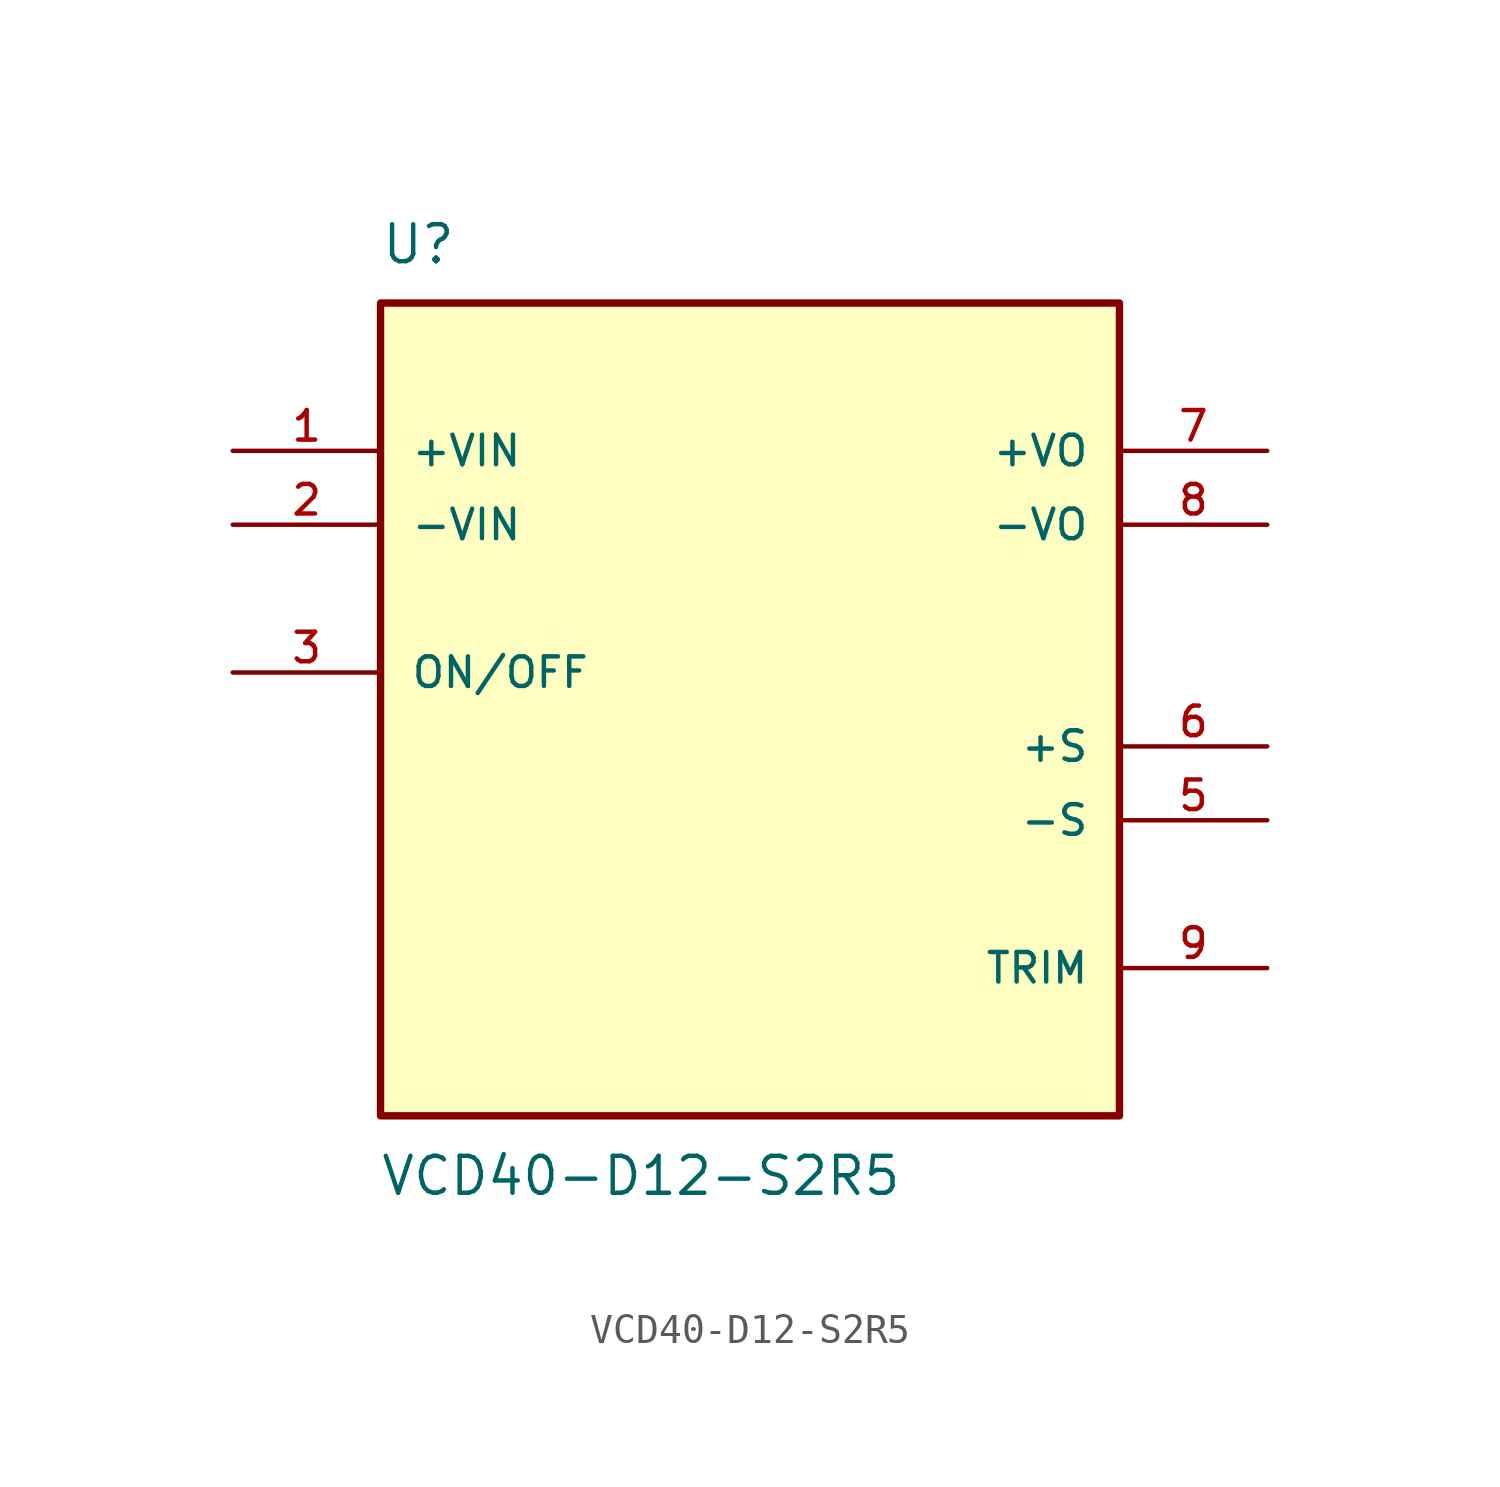
<source format=kicad_sym>
(kicad_symbol_lib
  (version 20211014)
  (generator kicad_symbol_editor)
  (symbol "VCD40-D12-S2R5"
    (pin_names
      (offset 1.016))
    (property "Reference" "U"
      (at -12.706 13.976 0)
      (effects (font (size 1.27 1.27)) (justify bottom left)))
    (property "Value" "VCD40-D12-S2R5"
      (at -12.74 -16.561 0.0)
      (effects (font (size 1.27 1.27)) (justify top left)))
    (symbol "VCD40-D12-S2R5_0_0"
      (rectangle (start -12.7 -15.24) (end 12.7 12.7) (stroke (width 0.254)) (fill (type background)))
      (pin input line (at -17.78 7.62 0) (length 5.08) (name "+VIN" (effects (font (size 1.016 1.016)))) (number "1" (effects (font (size 1.016 1.016)))))
      (pin input line (at -17.78 5.08 0) (length 5.08) (name "-VIN" (effects (font (size 1.016 1.016)))) (number "2" (effects (font (size 1.016 1.016)))))
      (pin output line (at 17.78 7.62 180.0) (length 5.08) (name "+VO" (effects (font (size 1.016 1.016)))) (number "7" (effects (font (size 1.016 1.016)))))
      (pin output line (at 17.78 5.08 180.0) (length 5.08) (name "-VO" (effects (font (size 1.016 1.016)))) (number "8" (effects (font (size 1.016 1.016)))))
      (pin output line (at 17.78 -2.54 180.0) (length 5.08) (name "+S" (effects (font (size 1.016 1.016)))) (number "6" (effects (font (size 1.016 1.016)))))
      (pin output line (at 17.78 -5.08 180.0) (length 5.08) (name "-S" (effects (font (size 1.016 1.016)))) (number "5" (effects (font (size 1.016 1.016)))))
      (pin passive line (at 17.78 -10.16 180.0) (length 5.08) (name "TRIM" (effects (font (size 1.016 1.016)))) (number "9" (effects (font (size 1.016 1.016)))))
      (pin input line (at -17.78 0.0 0) (length 5.08) (name "ON/OFF" (effects (font (size 1.016 1.016)))) (number "3" (effects (font (size 1.016 1.016))))))))
</source>
